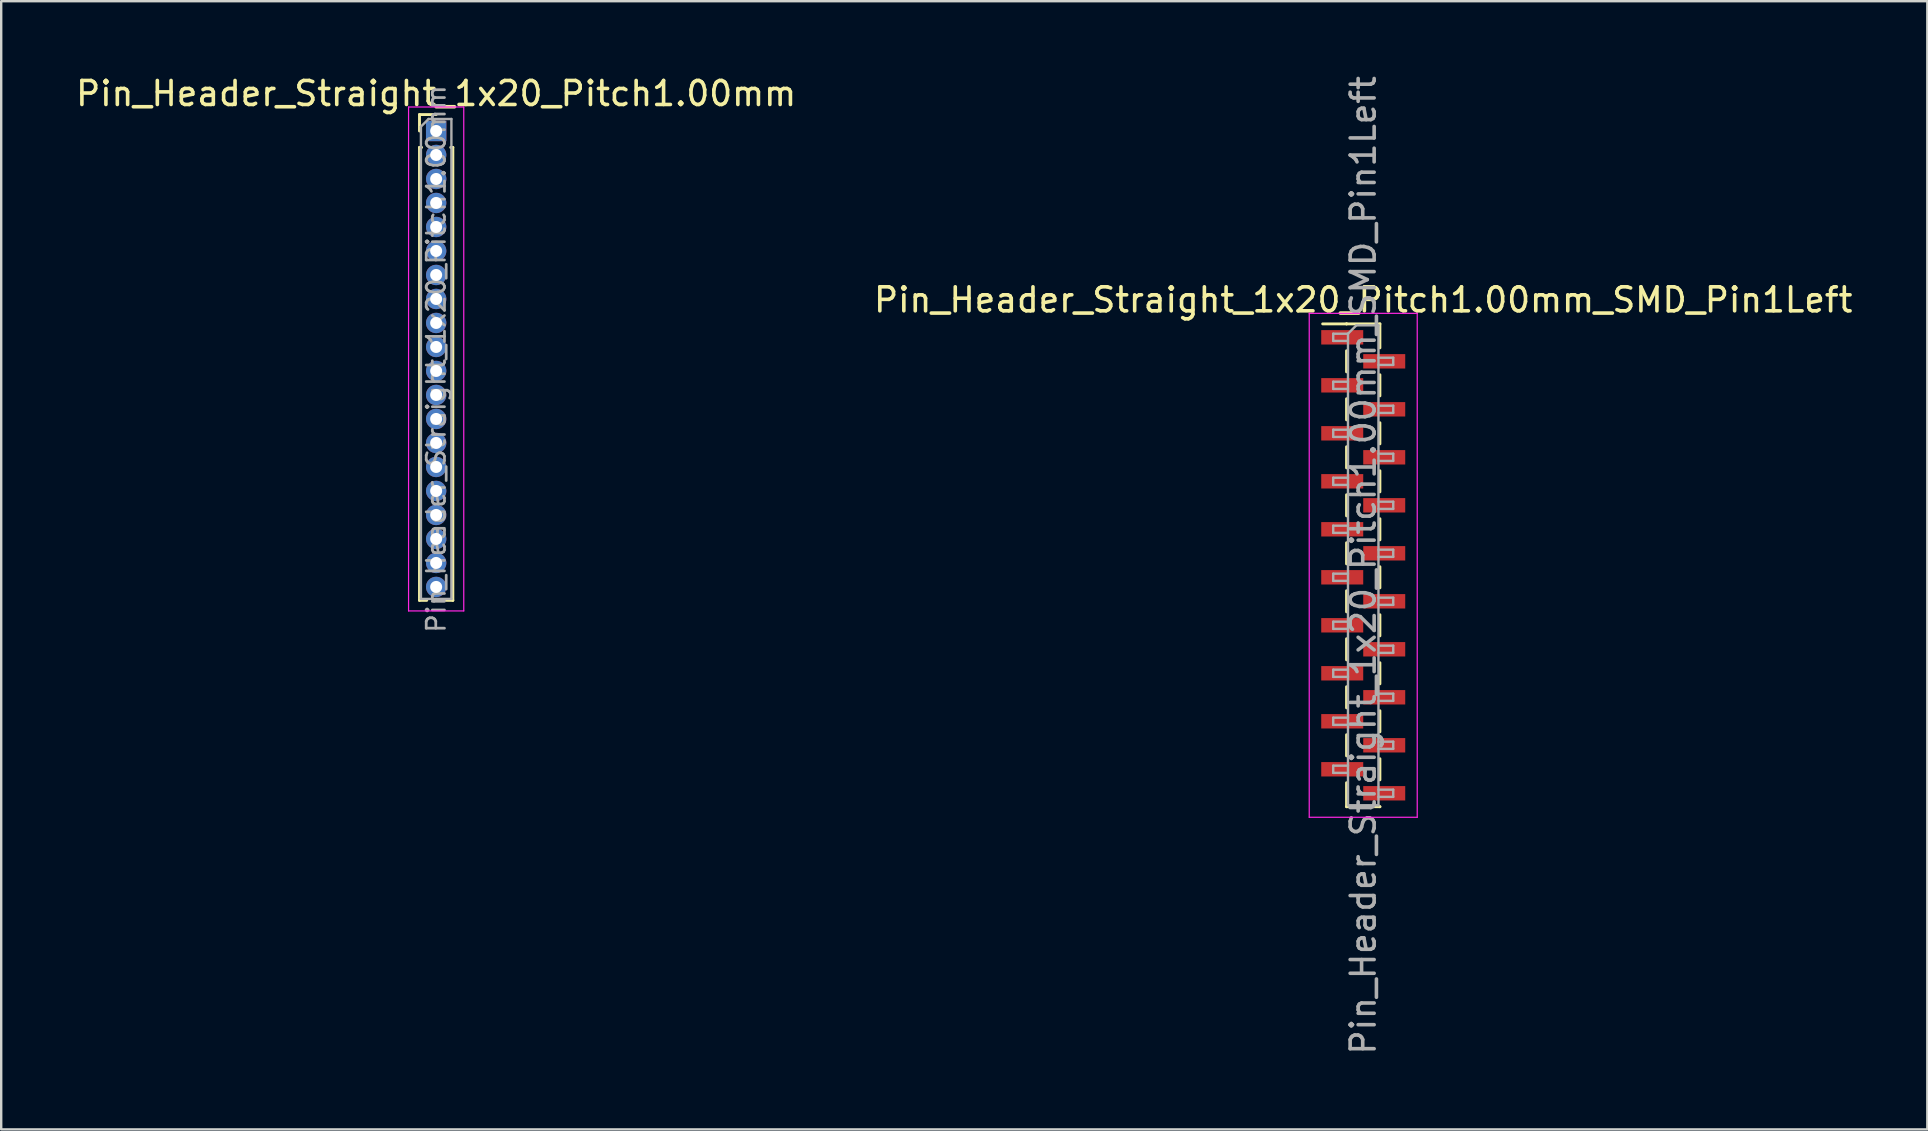
<source format=kicad_pcb>
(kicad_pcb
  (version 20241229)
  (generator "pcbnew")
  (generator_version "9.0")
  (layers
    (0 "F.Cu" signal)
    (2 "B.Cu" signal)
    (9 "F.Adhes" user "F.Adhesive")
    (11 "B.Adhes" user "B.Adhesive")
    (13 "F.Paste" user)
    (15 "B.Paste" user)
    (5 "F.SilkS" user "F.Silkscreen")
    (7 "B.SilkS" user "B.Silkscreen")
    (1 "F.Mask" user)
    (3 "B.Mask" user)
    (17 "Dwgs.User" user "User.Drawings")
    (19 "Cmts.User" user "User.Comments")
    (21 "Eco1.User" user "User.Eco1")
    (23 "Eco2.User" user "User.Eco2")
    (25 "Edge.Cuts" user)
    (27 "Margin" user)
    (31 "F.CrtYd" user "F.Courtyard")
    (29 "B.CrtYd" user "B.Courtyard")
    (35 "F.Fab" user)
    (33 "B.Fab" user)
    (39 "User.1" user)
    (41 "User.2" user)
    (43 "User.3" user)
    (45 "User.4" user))
  (footprint "Pin_Header_Straight_1x20_Pitch1.00mm"
    (layer "F.Cu")
    (at 15.125 2.408)
    (property "Reference" "Pin_Header_Straight_1x20_Pitch1.00mm" (at 0 -1.56 0) (layer "F.SilkS") (effects (font (size 1 1) (thickness 0.15))))
    (attr through_hole)
    (fp_line (start -0.695 -0.685) (end 0 -0.685) (stroke (width 0.12) (type solid)) (layer "F.SilkS"))
    (fp_line (start -0.695 0) (end -0.695 -0.685) (stroke (width 0.12) (type solid)) (layer "F.SilkS"))
    (fp_line (start -0.695 0.685) (end -0.695 19.56) (stroke (width 0.12) (type solid)) (layer "F.SilkS"))
    (fp_line (start -0.695 0.685) (end -0.608 0.685) (stroke (width 0.12) (type solid)) (layer "F.SilkS"))
    (fp_line (start -0.695 19.56) (end -0.394 19.56) (stroke (width 0.12) (type solid)) (layer "F.SilkS"))
    (fp_line (start 0.394 19.56) (end 0.695 19.56) (stroke (width 0.12) (type solid)) (layer "F.SilkS"))
    (fp_line (start 0.608 0.685) (end 0.695 0.685) (stroke (width 0.12) (type solid)) (layer "F.SilkS"))
    (fp_line (start 0.695 0.685) (end 0.695 19.56) (stroke (width 0.12) (type solid)) (layer "F.SilkS"))
    (fp_line (start -1.15 -1) (end -1.15 20) (stroke (width 0.05) (type solid)) (layer "F.CrtYd"))
    (fp_line (start -1.15 20) (end 1.15 20) (stroke (width 0.05) (type solid)) (layer "F.CrtYd"))
    (fp_line (start 1.15 -1) (end -1.15 -1) (stroke (width 0.05) (type solid)) (layer "F.CrtYd"))
    (fp_line (start 1.15 20) (end 1.15 -1) (stroke (width 0.05) (type solid)) (layer "F.CrtYd"))
    (fp_line (start -0.635 -0.182) (end -0.318 -0.5) (stroke (width 0.1) (type solid)) (layer "F.Fab"))
    (fp_line (start -0.635 19.5) (end -0.635 -0.182) (stroke (width 0.1) (type solid)) (layer "F.Fab"))
    (fp_line (start -0.318 -0.5) (end 0.635 -0.5) (stroke (width 0.1) (type solid)) (layer "F.Fab"))
    (fp_line (start 0.635 -0.5) (end 0.635 19.5) (stroke (width 0.1) (type solid)) (layer "F.Fab"))
    (fp_line (start 0.635 19.5) (end -0.635 19.5) (stroke (width 0.1) (type solid)) (layer "F.Fab"))
    (fp_text user "${REFERENCE}" (at 0 9.5 90) (layer "F.Fab") (effects (font (size 0.76 0.76) (thickness 0.114))))
    (pad "1" thru_hole rect (at 0 0) (size 0.85 0.85) (drill 0.5) (layers "*.Cu" "*.Mask"))
    (pad "2" thru_hole oval (at 0 1) (size 0.85 0.85) (drill 0.5) (layers "*.Cu" "*.Mask"))
    (pad "3" thru_hole oval (at 0 2) (size 0.85 0.85) (drill 0.5) (layers "*.Cu" "*.Mask"))
    (pad "4" thru_hole oval (at 0 3) (size 0.85 0.85) (drill 0.5) (layers "*.Cu" "*.Mask"))
    (pad "5" thru_hole oval (at 0 4) (size 0.85 0.85) (drill 0.5) (layers "*.Cu" "*.Mask"))
    (pad "6" thru_hole oval (at 0 5) (size 0.85 0.85) (drill 0.5) (layers "*.Cu" "*.Mask"))
    (pad "7" thru_hole oval (at 0 6) (size 0.85 0.85) (drill 0.5) (layers "*.Cu" "*.Mask"))
    (pad "8" thru_hole oval (at 0 7) (size 0.85 0.85) (drill 0.5) (layers "*.Cu" "*.Mask"))
    (pad "9" thru_hole oval (at 0 8) (size 0.85 0.85) (drill 0.5) (layers "*.Cu" "*.Mask"))
    (pad "10" thru_hole oval (at 0 9) (size 0.85 0.85) (drill 0.5) (layers "*.Cu" "*.Mask"))
    (pad "11" thru_hole oval (at 0 10) (size 0.85 0.85) (drill 0.5) (layers "*.Cu" "*.Mask"))
    (pad "12" thru_hole oval (at 0 11) (size 0.85 0.85) (drill 0.5) (layers "*.Cu" "*.Mask"))
    (pad "13" thru_hole oval (at 0 12) (size 0.85 0.85) (drill 0.5) (layers "*.Cu" "*.Mask"))
    (pad "14" thru_hole oval (at 0 13) (size 0.85 0.85) (drill 0.5) (layers "*.Cu" "*.Mask"))
    (pad "15" thru_hole oval (at 0 14) (size 0.85 0.85) (drill 0.5) (layers "*.Cu" "*.Mask"))
    (pad "16" thru_hole oval (at 0 15) (size 0.85 0.85) (drill 0.5) (layers "*.Cu" "*.Mask"))
    (pad "17" thru_hole oval (at 0 16) (size 0.85 0.85) (drill 0.5) (layers "*.Cu" "*.Mask"))
    (pad "18" thru_hole oval (at 0 17) (size 0.85 0.85) (drill 0.5) (layers "*.Cu" "*.Mask"))
    (pad "19" thru_hole oval (at 0 18) (size 0.85 0.85) (drill 0.5) (layers "*.Cu" "*.Mask"))
    (pad "20" thru_hole oval (at 0 19) (size 0.85 0.85) (drill 0.5) (layers "*.Cu" "*.Mask")))
  (footprint "Pin_Header_Straight_1x20_Pitch1.00mm_SMD_Pin1Left"
    (layer "F.Cu")
    (at 53.756 20.506)
    (property "Reference" "Pin_Header_Straight_1x20_Pitch1.00mm_SMD_Pin1Left" (at 0 -11.06 0) (layer "F.SilkS") (effects (font (size 1 1) (thickness 0.15))))
    (attr smd)
    (fp_line (start -0.695 -10.06) (end -1.69 -10.06) (stroke (width 0.12) (type solid)) (layer "F.SilkS"))
    (fp_line (start -0.695 -10.06) (end -0.695 -10.06) (stroke (width 0.12) (type solid)) (layer "F.SilkS"))
    (fp_line (start -0.695 -10.06) (end 0.695 -10.06) (stroke (width 0.12) (type solid)) (layer "F.SilkS"))
    (fp_line (start -0.695 -8.94) (end -0.695 -8.06) (stroke (width 0.12) (type solid)) (layer "F.SilkS"))
    (fp_line (start -0.695 -6.94) (end -0.695 -6.06) (stroke (width 0.12) (type solid)) (layer "F.SilkS"))
    (fp_line (start -0.695 -4.94) (end -0.695 -4.06) (stroke (width 0.12) (type solid)) (layer "F.SilkS"))
    (fp_line (start -0.695 -2.94) (end -0.695 -2.06) (stroke (width 0.12) (type solid)) (layer "F.SilkS"))
    (fp_line (start -0.695 -0.94) (end -0.695 -0.06) (stroke (width 0.12) (type solid)) (layer "F.SilkS"))
    (fp_line (start -0.695 1.06) (end -0.695 1.94) (stroke (width 0.12) (type solid)) (layer "F.SilkS"))
    (fp_line (start -0.695 3.06) (end -0.695 3.94) (stroke (width 0.12) (type solid)) (layer "F.SilkS"))
    (fp_line (start -0.695 5.06) (end -0.695 5.94) (stroke (width 0.12) (type solid)) (layer "F.SilkS"))
    (fp_line (start -0.695 7.06) (end -0.695 7.94) (stroke (width 0.12) (type solid)) (layer "F.SilkS"))
    (fp_line (start -0.695 9.06) (end -0.695 10.06) (stroke (width 0.12) (type solid)) (layer "F.SilkS"))
    (fp_line (start -0.695 10.06) (end 0.695 10.06) (stroke (width 0.12) (type solid)) (layer "F.SilkS"))
    (fp_line (start 0.695 -10.06) (end 0.695 -9.06) (stroke (width 0.12) (type solid)) (layer "F.SilkS"))
    (fp_line (start 0.695 -7.94) (end 0.695 -7.06) (stroke (width 0.12) (type solid)) (layer "F.SilkS"))
    (fp_line (start 0.695 -5.94) (end 0.695 -5.06) (stroke (width 0.12) (type solid)) (layer "F.SilkS"))
    (fp_line (start 0.695 -3.94) (end 0.695 -3.06) (stroke (width 0.12) (type solid)) (layer "F.SilkS"))
    (fp_line (start 0.695 -1.94) (end 0.695 -1.06) (stroke (width 0.12) (type solid)) (layer "F.SilkS"))
    (fp_line (start 0.695 0.06) (end 0.695 0.94) (stroke (width 0.12) (type solid)) (layer "F.SilkS"))
    (fp_line (start 0.695 2.06) (end 0.695 2.94) (stroke (width 0.12) (type solid)) (layer "F.SilkS"))
    (fp_line (start 0.695 4.06) (end 0.695 4.94) (stroke (width 0.12) (type solid)) (layer "F.SilkS"))
    (fp_line (start 0.695 6.06) (end 0.695 6.94) (stroke (width 0.12) (type solid)) (layer "F.SilkS"))
    (fp_line (start 0.695 8.06) (end 0.695 8.94) (stroke (width 0.12) (type solid)) (layer "F.SilkS"))
    (fp_line (start 0.695 10.06) (end 0.695 10.06) (stroke (width 0.12) (type solid)) (layer "F.SilkS"))
    (fp_line (start -2.25 -10.5) (end -2.25 10.5) (stroke (width 0.05) (type solid)) (layer "F.CrtYd"))
    (fp_line (start -2.25 10.5) (end 2.25 10.5) (stroke (width 0.05) (type solid)) (layer "F.CrtYd"))
    (fp_line (start 2.25 -10.5) (end -2.25 -10.5) (stroke (width 0.05) (type solid)) (layer "F.CrtYd"))
    (fp_line (start 2.25 10.5) (end 2.25 -10.5) (stroke (width 0.05) (type solid)) (layer "F.CrtYd"))
    (fp_line (start -1.25 -9.65) (end -1.25 -9.35) (stroke (width 0.1) (type solid)) (layer "F.Fab"))
    (fp_line (start -1.25 -9.35) (end -0.635 -9.35) (stroke (width 0.1) (type solid)) (layer "F.Fab"))
    (fp_line (start -1.25 -7.65) (end -1.25 -7.35) (stroke (width 0.1) (type solid)) (layer "F.Fab"))
    (fp_line (start -1.25 -7.35) (end -0.635 -7.35) (stroke (width 0.1) (type solid)) (layer "F.Fab"))
    (fp_line (start -1.25 -5.65) (end -1.25 -5.35) (stroke (width 0.1) (type solid)) (layer "F.Fab"))
    (fp_line (start -1.25 -5.35) (end -0.635 -5.35) (stroke (width 0.1) (type solid)) (layer "F.Fab"))
    (fp_line (start -1.25 -3.65) (end -1.25 -3.35) (stroke (width 0.1) (type solid)) (layer "F.Fab"))
    (fp_line (start -1.25 -3.35) (end -0.635 -3.35) (stroke (width 0.1) (type solid)) (layer "F.Fab"))
    (fp_line (start -1.25 -1.65) (end -1.25 -1.35) (stroke (width 0.1) (type solid)) (layer "F.Fab"))
    (fp_line (start -1.25 -1.35) (end -0.635 -1.35) (stroke (width 0.1) (type solid)) (layer "F.Fab"))
    (fp_line (start -1.25 0.35) (end -1.25 0.65) (stroke (width 0.1) (type solid)) (layer "F.Fab"))
    (fp_line (start -1.25 0.65) (end -0.635 0.65) (stroke (width 0.1) (type solid)) (layer "F.Fab"))
    (fp_line (start -1.25 2.35) (end -1.25 2.65) (stroke (width 0.1) (type solid)) (layer "F.Fab"))
    (fp_line (start -1.25 2.65) (end -0.635 2.65) (stroke (width 0.1) (type solid)) (layer "F.Fab"))
    (fp_line (start -1.25 4.35) (end -1.25 4.65) (stroke (width 0.1) (type solid)) (layer "F.Fab"))
    (fp_line (start -1.25 4.65) (end -0.635 4.65) (stroke (width 0.1) (type solid)) (layer "F.Fab"))
    (fp_line (start -1.25 6.35) (end -1.25 6.65) (stroke (width 0.1) (type solid)) (layer "F.Fab"))
    (fp_line (start -1.25 6.65) (end -0.635 6.65) (stroke (width 0.1) (type solid)) (layer "F.Fab"))
    (fp_line (start -1.25 8.35) (end -1.25 8.65) (stroke (width 0.1) (type solid)) (layer "F.Fab"))
    (fp_line (start -1.25 8.65) (end -0.635 8.65) (stroke (width 0.1) (type solid)) (layer "F.Fab"))
    (fp_line (start -0.635 -9.65) (end -1.25 -9.65) (stroke (width 0.1) (type solid)) (layer "F.Fab"))
    (fp_line (start -0.635 -9.65) (end -0.285 -10) (stroke (width 0.1) (type solid)) (layer "F.Fab"))
    (fp_line (start -0.635 -7.65) (end -1.25 -7.65) (stroke (width 0.1) (type solid)) (layer "F.Fab"))
    (fp_line (start -0.635 -5.65) (end -1.25 -5.65) (stroke (width 0.1) (type solid)) (layer "F.Fab"))
    (fp_line (start -0.635 -3.65) (end -1.25 -3.65) (stroke (width 0.1) (type solid)) (layer "F.Fab"))
    (fp_line (start -0.635 -1.65) (end -1.25 -1.65) (stroke (width 0.1) (type solid)) (layer "F.Fab"))
    (fp_line (start -0.635 0.35) (end -1.25 0.35) (stroke (width 0.1) (type solid)) (layer "F.Fab"))
    (fp_line (start -0.635 2.35) (end -1.25 2.35) (stroke (width 0.1) (type solid)) (layer "F.Fab"))
    (fp_line (start -0.635 4.35) (end -1.25 4.35) (stroke (width 0.1) (type solid)) (layer "F.Fab"))
    (fp_line (start -0.635 6.35) (end -1.25 6.35) (stroke (width 0.1) (type solid)) (layer "F.Fab"))
    (fp_line (start -0.635 8.35) (end -1.25 8.35) (stroke (width 0.1) (type solid)) (layer "F.Fab"))
    (fp_line (start -0.635 10) (end -0.635 -9.65) (stroke (width 0.1) (type solid)) (layer "F.Fab"))
    (fp_line (start -0.285 -10) (end 0.635 -10) (stroke (width 0.1) (type solid)) (layer "F.Fab"))
    (fp_line (start 0.635 -10) (end 0.635 10) (stroke (width 0.1) (type solid)) (layer "F.Fab"))
    (fp_line (start 0.635 -8.65) (end 1.25 -8.65) (stroke (width 0.1) (type solid)) (layer "F.Fab"))
    (fp_line (start 0.635 -6.65) (end 1.25 -6.65) (stroke (width 0.1) (type solid)) (layer "F.Fab"))
    (fp_line (start 0.635 -4.65) (end 1.25 -4.65) (stroke (width 0.1) (type solid)) (layer "F.Fab"))
    (fp_line (start 0.635 -2.65) (end 1.25 -2.65) (stroke (width 0.1) (type solid)) (layer "F.Fab"))
    (fp_line (start 0.635 -0.65) (end 1.25 -0.65) (stroke (width 0.1) (type solid)) (layer "F.Fab"))
    (fp_line (start 0.635 1.35) (end 1.25 1.35) (stroke (width 0.1) (type solid)) (layer "F.Fab"))
    (fp_line (start 0.635 3.35) (end 1.25 3.35) (stroke (width 0.1) (type solid)) (layer "F.Fab"))
    (fp_line (start 0.635 5.35) (end 1.25 5.35) (stroke (width 0.1) (type solid)) (layer "F.Fab"))
    (fp_line (start 0.635 7.35) (end 1.25 7.35) (stroke (width 0.1) (type solid)) (layer "F.Fab"))
    (fp_line (start 0.635 9.35) (end 1.25 9.35) (stroke (width 0.1) (type solid)) (layer "F.Fab"))
    (fp_line (start 0.635 10) (end -0.635 10) (stroke (width 0.1) (type solid)) (layer "F.Fab"))
    (fp_line (start 1.25 -8.65) (end 1.25 -8.35) (stroke (width 0.1) (type solid)) (layer "F.Fab"))
    (fp_line (start 1.25 -8.35) (end 0.635 -8.35) (stroke (width 0.1) (type solid)) (layer "F.Fab"))
    (fp_line (start 1.25 -6.65) (end 1.25 -6.35) (stroke (width 0.1) (type solid)) (layer "F.Fab"))
    (fp_line (start 1.25 -6.35) (end 0.635 -6.35) (stroke (width 0.1) (type solid)) (layer "F.Fab"))
    (fp_line (start 1.25 -4.65) (end 1.25 -4.35) (stroke (width 0.1) (type solid)) (layer "F.Fab"))
    (fp_line (start 1.25 -4.35) (end 0.635 -4.35) (stroke (width 0.1) (type solid)) (layer "F.Fab"))
    (fp_line (start 1.25 -2.65) (end 1.25 -2.35) (stroke (width 0.1) (type solid)) (layer "F.Fab"))
    (fp_line (start 1.25 -2.35) (end 0.635 -2.35) (stroke (width 0.1) (type solid)) (layer "F.Fab"))
    (fp_line (start 1.25 -0.65) (end 1.25 -0.35) (stroke (width 0.1) (type solid)) (layer "F.Fab"))
    (fp_line (start 1.25 -0.35) (end 0.635 -0.35) (stroke (width 0.1) (type solid)) (layer "F.Fab"))
    (fp_line (start 1.25 1.35) (end 1.25 1.65) (stroke (width 0.1) (type solid)) (layer "F.Fab"))
    (fp_line (start 1.25 1.65) (end 0.635 1.65) (stroke (width 0.1) (type solid)) (layer "F.Fab"))
    (fp_line (start 1.25 3.35) (end 1.25 3.65) (stroke (width 0.1) (type solid)) (layer "F.Fab"))
    (fp_line (start 1.25 3.65) (end 0.635 3.65) (stroke (width 0.1) (type solid)) (layer "F.Fab"))
    (fp_line (start 1.25 5.35) (end 1.25 5.65) (stroke (width 0.1) (type solid)) (layer "F.Fab"))
    (fp_line (start 1.25 5.65) (end 0.635 5.65) (stroke (width 0.1) (type solid)) (layer "F.Fab"))
    (fp_line (start 1.25 7.35) (end 1.25 7.65) (stroke (width 0.1) (type solid)) (layer "F.Fab"))
    (fp_line (start 1.25 7.65) (end 0.635 7.65) (stroke (width 0.1) (type solid)) (layer "F.Fab"))
    (fp_line (start 1.25 9.35) (end 1.25 9.65) (stroke (width 0.1) (type solid)) (layer "F.Fab"))
    (fp_line (start 1.25 9.65) (end 0.635 9.65) (stroke (width 0.1) (type solid)) (layer "F.Fab"))
    (fp_text user "${REFERENCE}" (at 0 0 90) (layer "F.Fab") (effects (font (size 1 1) (thickness 0.15))))
    (pad "1" smd rect (at -0.875 -9.5) (size 1.75 0.6) (layers "F.Cu" "F.Mask" "F.Paste"))
    (pad "2" smd rect (at 0.875 -8.5) (size 1.75 0.6) (layers "F.Cu" "F.Mask" "F.Paste"))
    (pad "3" smd rect (at -0.875 -7.5) (size 1.75 0.6) (layers "F.Cu" "F.Mask" "F.Paste"))
    (pad "4" smd rect (at 0.875 -6.5) (size 1.75 0.6) (layers "F.Cu" "F.Mask" "F.Paste"))
    (pad "5" smd rect (at -0.875 -5.5) (size 1.75 0.6) (layers "F.Cu" "F.Mask" "F.Paste"))
    (pad "6" smd rect (at 0.875 -4.5) (size 1.75 0.6) (layers "F.Cu" "F.Mask" "F.Paste"))
    (pad "7" smd rect (at -0.875 -3.5) (size 1.75 0.6) (layers "F.Cu" "F.Mask" "F.Paste"))
    (pad "8" smd rect (at 0.875 -2.5) (size 1.75 0.6) (layers "F.Cu" "F.Mask" "F.Paste"))
    (pad "9" smd rect (at -0.875 -1.5) (size 1.75 0.6) (layers "F.Cu" "F.Mask" "F.Paste"))
    (pad "10" smd rect (at 0.875 -0.5) (size 1.75 0.6) (layers "F.Cu" "F.Mask" "F.Paste"))
    (pad "11" smd rect (at -0.875 0.5) (size 1.75 0.6) (layers "F.Cu" "F.Mask" "F.Paste"))
    (pad "12" smd rect (at 0.875 1.5) (size 1.75 0.6) (layers "F.Cu" "F.Mask" "F.Paste"))
    (pad "13" smd rect (at -0.875 2.5) (size 1.75 0.6) (layers "F.Cu" "F.Mask" "F.Paste"))
    (pad "14" smd rect (at 0.875 3.5) (size 1.75 0.6) (layers "F.Cu" "F.Mask" "F.Paste"))
    (pad "15" smd rect (at -0.875 4.5) (size 1.75 0.6) (layers "F.Cu" "F.Mask" "F.Paste"))
    (pad "16" smd rect (at 0.875 5.5) (size 1.75 0.6) (layers "F.Cu" "F.Mask" "F.Paste"))
    (pad "17" smd rect (at -0.875 6.5) (size 1.75 0.6) (layers "F.Cu" "F.Mask" "F.Paste"))
    (pad "18" smd rect (at 0.875 7.5) (size 1.75 0.6) (layers "F.Cu" "F.Mask" "F.Paste"))
    (pad "19" smd rect (at -0.875 8.5) (size 1.75 0.6) (layers "F.Cu" "F.Mask" "F.Paste"))
    (pad "20" smd rect (at 0.875 9.5) (size 1.75 0.6) (layers "F.Cu" "F.Mask" "F.Paste")))
  (gr_rect
    (start -3 -3)
    (end 77.262 44.012)
    (stroke (width 0.1) (type default))
    (fill no)
    (layer "Edge.Cuts")))
</source>
